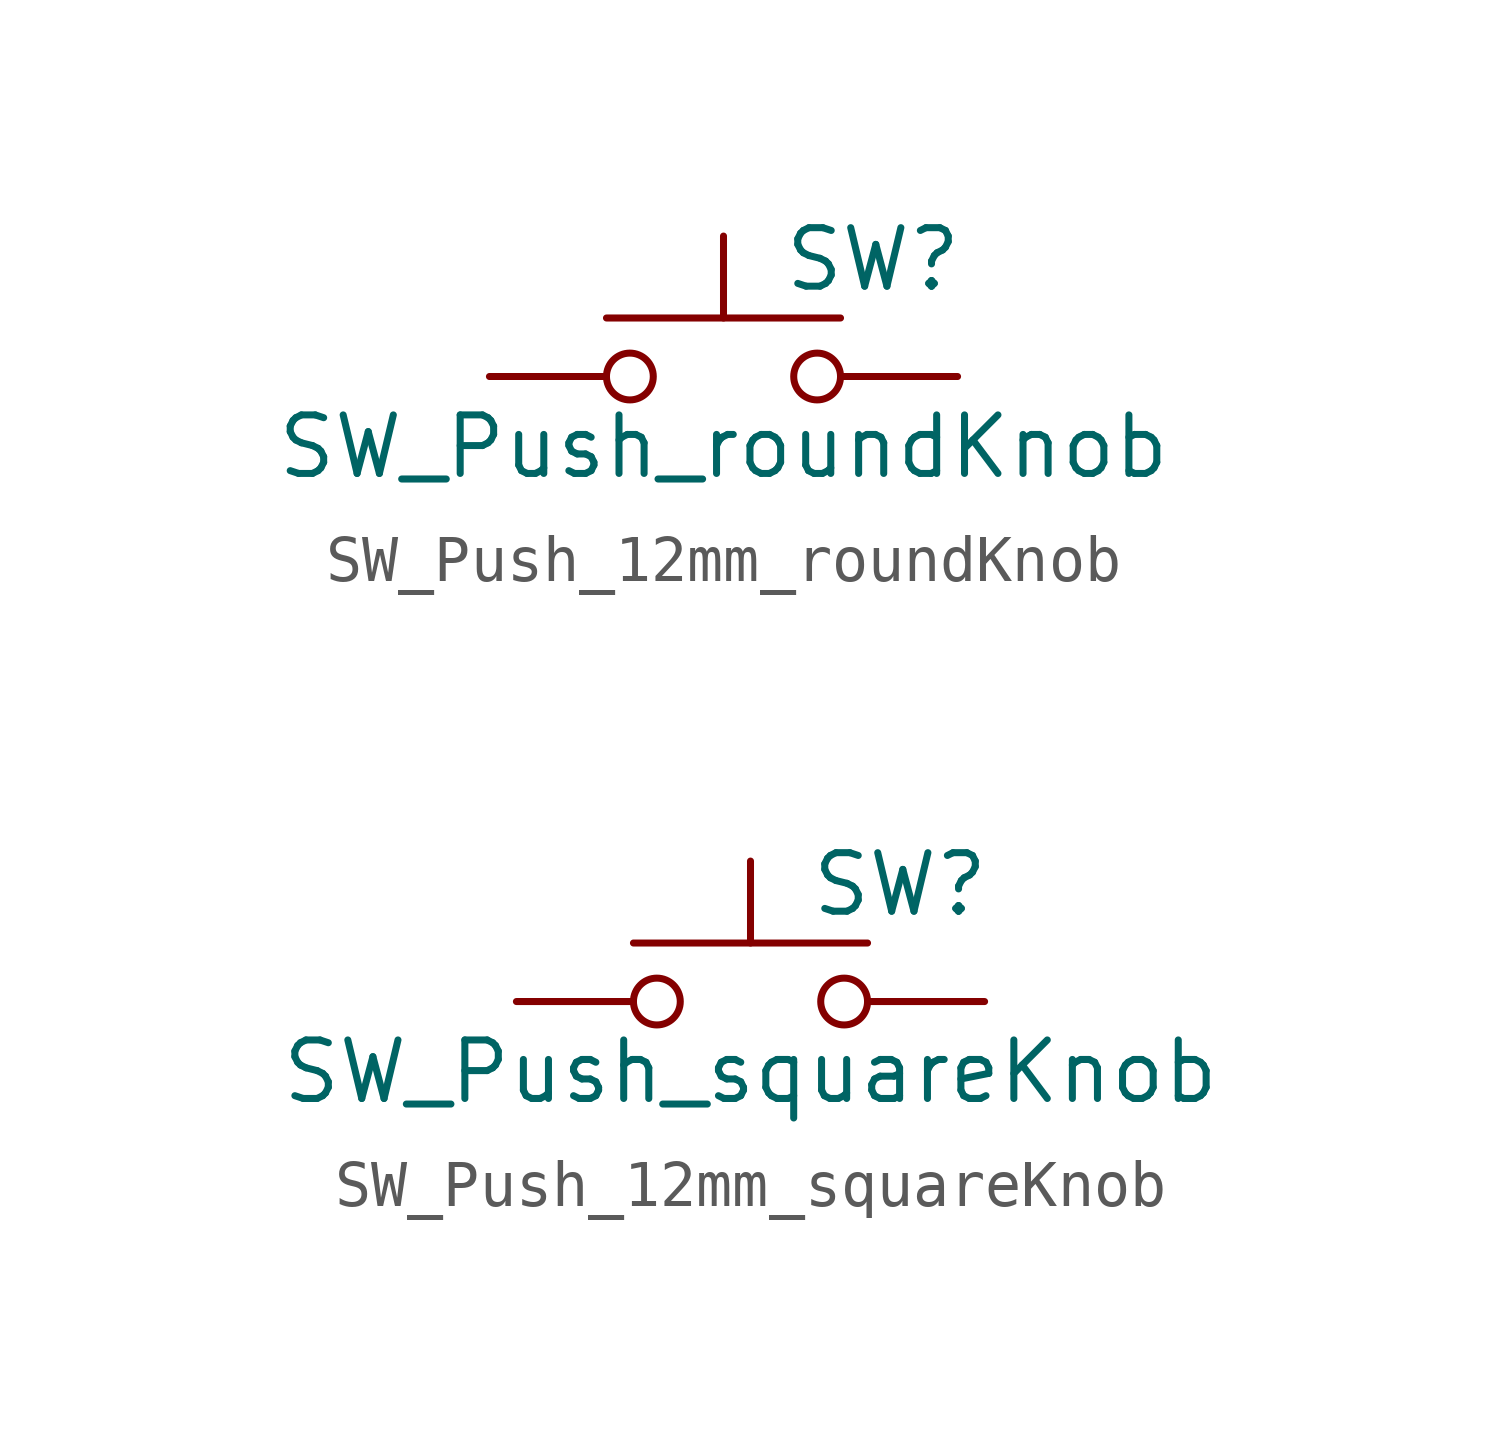
<source format=kicad_sym>
(kicad_symbol_lib
  (version 20220914)
  (generator kicad_symbol_editor)
  (symbol "SW_Push_12mm_roundKnob"
    (pin_numbers hide)
    (pin_names
      (offset 1.016) hide)
    (property "Reference" "SW"
      (at 1.27 2.54 0)
      (effects (font (size 1.27 1.27)) (justify left)))
    (property "Value" "SW_Push_roundKnob"
      (at 0 -1.524 0)
      (effects (font (size 1.27 1.27))))
    (symbol "SW_Push_12mm_roundKnob_0_1"
      (circle (center -2.032 0) (radius 0.508) (stroke (width 0) (type default)) (fill (type none)))
      (polyline (pts (xy 0 1.27) (xy 0 3.048)) (stroke (width 0) (type default)) (fill (type none)))
      (polyline (pts (xy 2.54 1.27) (xy -2.54 1.27)) (stroke (width 0) (type default)) (fill (type none)))
      (circle (center 2.032 0) (radius 0.508) (stroke (width 0) (type default)) (fill (type none)))
      (pin passive line (at -5.08 0 0) (length 2.54) (name "1" (effects (font (size 1.27 1.27)))) (number "1" (effects (font (size 1.27 1.27)))))
      (pin passive line (at 5.08 0 180) (length 2.54) (name "2" (effects (font (size 1.27 1.27)))) (number "2" (effects (font (size 1.27 1.27)))))))
  (symbol "SW_Push_12mm_squareKnob"
    (pin_numbers hide)
    (pin_names
      (offset 1.016) hide)
    (property "Reference" "SW"
      (at 1.27 2.54 0)
      (effects (font (size 1.27 1.27)) (justify left)))
    (property "Value" "SW_Push_squareKnob"
      (at 0 -1.524 0)
      (effects (font (size 1.27 1.27))))
    (symbol "SW_Push_12mm_squareKnob_0_1"
      (circle (center -2.032 0) (radius 0.508) (stroke (width 0) (type default)) (fill (type none)))
      (polyline (pts (xy 0 1.27) (xy 0 3.048)) (stroke (width 0) (type default)) (fill (type none)))
      (polyline (pts (xy 2.54 1.27) (xy -2.54 1.27)) (stroke (width 0) (type default)) (fill (type none)))
      (circle (center 2.032 0) (radius 0.508) (stroke (width 0) (type default)) (fill (type none)))
      (pin passive line (at -5.08 0 0) (length 2.54) (name "1" (effects (font (size 1.27 1.27)))) (number "1" (effects (font (size 1.27 1.27)))))
      (pin passive line (at 5.08 0 180) (length 2.54) (name "2" (effects (font (size 1.27 1.27)))) (number "2" (effects (font (size 1.27 1.27))))))))
</source>
